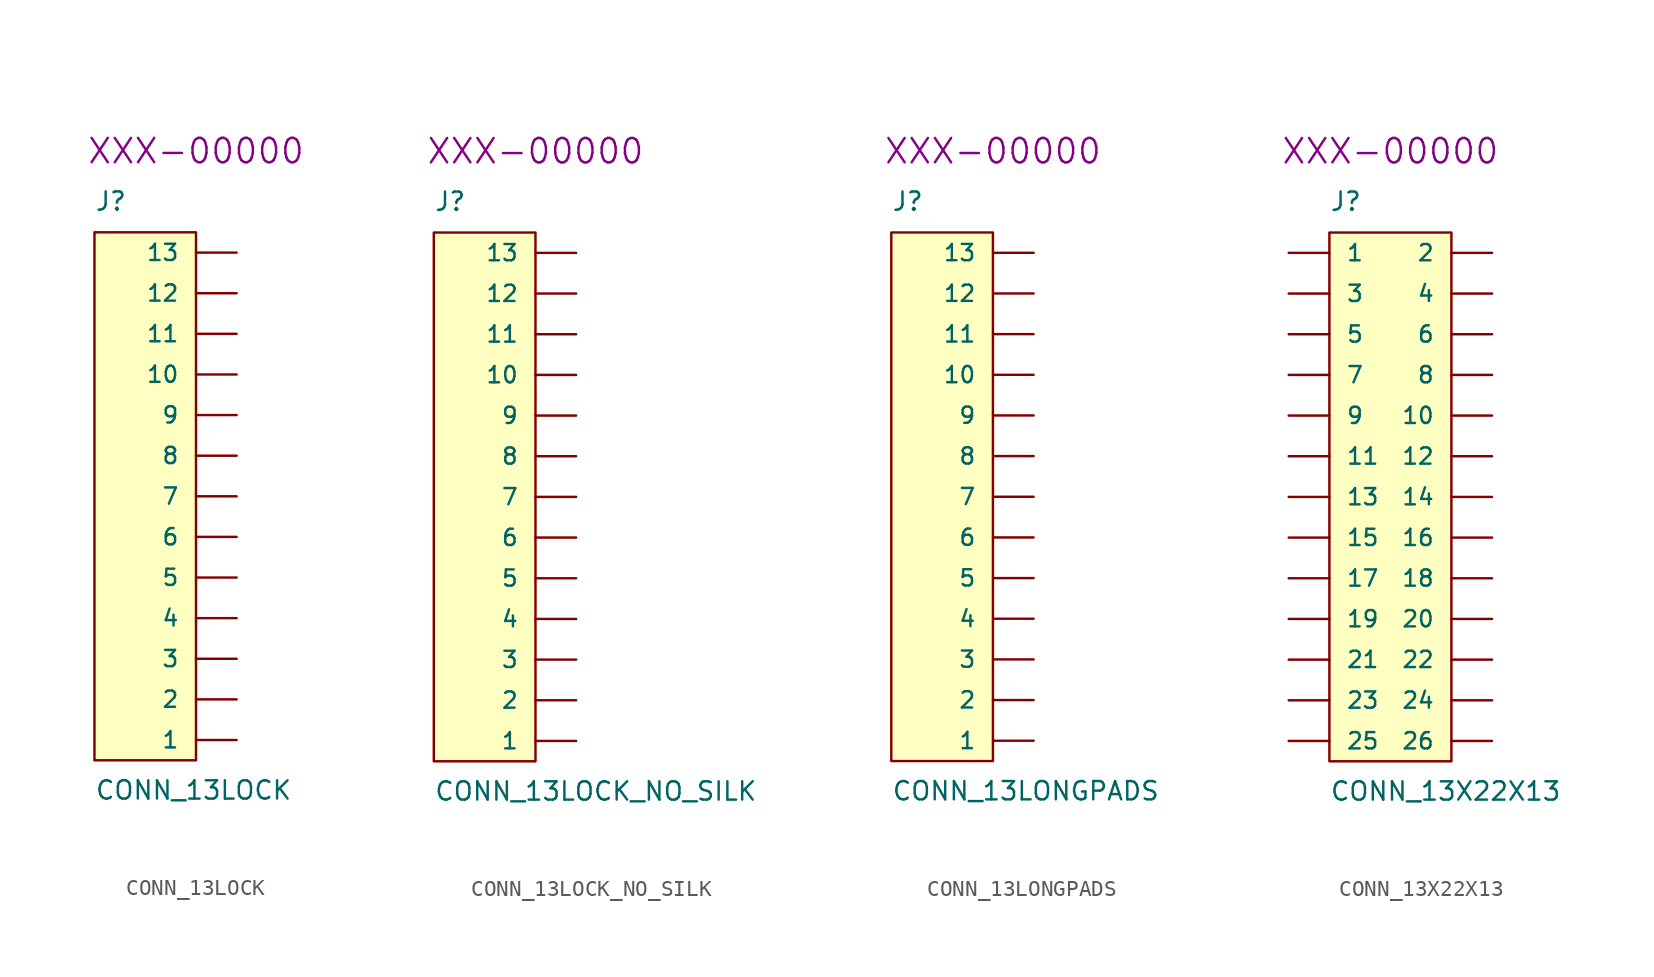
<source format=kicad_sym>
(kicad_symbol_lib
  (version 20220914)
  (generator kicad_symbol_editor)
  (symbol "CONN_13LOCK"
    (pin_numbers hide)
    (pin_names
      (offset 1.016))
    (property "Reference" "J"
      (at -6.35 33.02 0)
      (effects (font (size 1.143 1.143)) (justify left bottom)))
    (property "Value" "CONN_13LOCK"
      (at -6.35 -3.81 0)
      (effects (font (size 1.143 1.143)) (justify left bottom)))
    (property "Field4" "XXX-00000"
      (at 0 36.83 0)
      (effects (font (size 1.524 1.524))))
    (property "ki_locked" ""
      (at 0 0 0)
      (effects (font (size 1.27 1.27))))
    (symbol "CONN_13LOCK_0_1"
      (rectangle (start 0 -1.27) (end -6.35 31.75) (stroke (width 0) (type solid)) (fill (type background))))
    (symbol "CONN_13LOCK_1_1"
      (pin passive line (at 2.54 0 180) (length 2.54) (name "1" (effects (font (size 1.016 1.016)))) (number "1" (effects (font (size 1.016 1.016)))))
      (pin passive line (at 2.54 22.86 180) (length 2.54) (name "10" (effects (font (size 1.016 1.016)))) (number "10" (effects (font (size 1.016 1.016)))))
      (pin passive line (at 2.54 25.4 180) (length 2.54) (name "11" (effects (font (size 1.016 1.016)))) (number "11" (effects (font (size 1.016 1.016)))))
      (pin passive line (at 2.54 27.94 180) (length 2.54) (name "12" (effects (font (size 1.016 1.016)))) (number "12" (effects (font (size 1.016 1.016)))))
      (pin passive line (at 2.54 30.48 180) (length 2.54) (name "13" (effects (font (size 1.016 1.016)))) (number "13" (effects (font (size 1.016 1.016)))))
      (pin passive line (at 2.54 2.54 180) (length 2.54) (name "2" (effects (font (size 1.016 1.016)))) (number "2" (effects (font (size 1.016 1.016)))))
      (pin passive line (at 2.54 5.08 180) (length 2.54) (name "3" (effects (font (size 1.016 1.016)))) (number "3" (effects (font (size 1.016 1.016)))))
      (pin passive line (at 2.54 7.62 180) (length 2.54) (name "4" (effects (font (size 1.016 1.016)))) (number "4" (effects (font (size 1.016 1.016)))))
      (pin passive line (at 2.54 10.16 180) (length 2.54) (name "5" (effects (font (size 1.016 1.016)))) (number "5" (effects (font (size 1.016 1.016)))))
      (pin passive line (at 2.54 12.7 180) (length 2.54) (name "6" (effects (font (size 1.016 1.016)))) (number "6" (effects (font (size 1.016 1.016)))))
      (pin passive line (at 2.54 15.24 180) (length 2.54) (name "7" (effects (font (size 1.016 1.016)))) (number "7" (effects (font (size 1.016 1.016)))))
      (pin passive line (at 2.54 17.78 180) (length 2.54) (name "8" (effects (font (size 1.016 1.016)))) (number "8" (effects (font (size 1.016 1.016)))))
      (pin passive line (at 2.54 20.32 180) (length 2.54) (name "9" (effects (font (size 1.016 1.016)))) (number "9" (effects (font (size 1.016 1.016)))))))
  (symbol "CONN_13LOCK_NO_SILK"
    (pin_numbers hide)
    (pin_names
      (offset 1.016))
    (property "Reference" "J"
      (at -6.35 33.02 0)
      (effects (font (size 1.143 1.143)) (justify left bottom)))
    (property "Value" "CONN_13LOCK_NO_SILK"
      (at -6.35 -3.81 0)
      (effects (font (size 1.143 1.143)) (justify left bottom)))
    (property "Field4" "XXX-00000"
      (at 0 36.83 0)
      (effects (font (size 1.524 1.524))))
    (property "ki_locked" ""
      (at 0 0 0)
      (effects (font (size 1.27 1.27))))
    (symbol "CONN_13LOCK_NO_SILK_0_1"
      (rectangle (start 0 -1.27) (end -6.35 31.75) (stroke (width 0) (type solid)) (fill (type background))))
    (symbol "CONN_13LOCK_NO_SILK_1_1"
      (pin passive line (at 2.54 0 180) (length 2.54) (name "1" (effects (font (size 1.016 1.016)))) (number "1" (effects (font (size 1.016 1.016)))))
      (pin passive line (at 2.54 22.86 180) (length 2.54) (name "10" (effects (font (size 1.016 1.016)))) (number "10" (effects (font (size 1.016 1.016)))))
      (pin passive line (at 2.54 25.4 180) (length 2.54) (name "11" (effects (font (size 1.016 1.016)))) (number "11" (effects (font (size 1.016 1.016)))))
      (pin passive line (at 2.54 27.94 180) (length 2.54) (name "12" (effects (font (size 1.016 1.016)))) (number "12" (effects (font (size 1.016 1.016)))))
      (pin passive line (at 2.54 30.48 180) (length 2.54) (name "13" (effects (font (size 1.016 1.016)))) (number "13" (effects (font (size 1.016 1.016)))))
      (pin passive line (at 2.54 2.54 180) (length 2.54) (name "2" (effects (font (size 1.016 1.016)))) (number "2" (effects (font (size 1.016 1.016)))))
      (pin passive line (at 2.54 5.08 180) (length 2.54) (name "3" (effects (font (size 1.016 1.016)))) (number "3" (effects (font (size 1.016 1.016)))))
      (pin passive line (at 2.54 7.62 180) (length 2.54) (name "4" (effects (font (size 1.016 1.016)))) (number "4" (effects (font (size 1.016 1.016)))))
      (pin passive line (at 2.54 10.16 180) (length 2.54) (name "5" (effects (font (size 1.016 1.016)))) (number "5" (effects (font (size 1.016 1.016)))))
      (pin passive line (at 2.54 12.7 180) (length 2.54) (name "6" (effects (font (size 1.016 1.016)))) (number "6" (effects (font (size 1.016 1.016)))))
      (pin passive line (at 2.54 15.24 180) (length 2.54) (name "7" (effects (font (size 1.016 1.016)))) (number "7" (effects (font (size 1.016 1.016)))))
      (pin passive line (at 2.54 17.78 180) (length 2.54) (name "8" (effects (font (size 1.016 1.016)))) (number "8" (effects (font (size 1.016 1.016)))))
      (pin passive line (at 2.54 20.32 180) (length 2.54) (name "9" (effects (font (size 1.016 1.016)))) (number "9" (effects (font (size 1.016 1.016)))))))
  (symbol "CONN_13LONGPADS"
    (pin_numbers hide)
    (pin_names
      (offset 1.016))
    (property "Reference" "J"
      (at -6.35 33.02 0)
      (effects (font (size 1.143 1.143)) (justify left bottom)))
    (property "Value" "CONN_13LONGPADS"
      (at -6.35 -3.81 0)
      (effects (font (size 1.143 1.143)) (justify left bottom)))
    (property "Field4" "XXX-00000"
      (at 0 36.83 0)
      (effects (font (size 1.524 1.524))))
    (property "ki_locked" ""
      (at 0 0 0)
      (effects (font (size 1.27 1.27))))
    (symbol "CONN_13LONGPADS_0_1"
      (rectangle (start 0 -1.27) (end -6.35 31.75) (stroke (width 0) (type solid)) (fill (type background))))
    (symbol "CONN_13LONGPADS_1_1"
      (pin passive line (at 2.54 0 180) (length 2.54) (name "1" (effects (font (size 1.016 1.016)))) (number "1" (effects (font (size 1.016 1.016)))))
      (pin passive line (at 2.54 22.86 180) (length 2.54) (name "10" (effects (font (size 1.016 1.016)))) (number "10" (effects (font (size 1.016 1.016)))))
      (pin passive line (at 2.54 25.4 180) (length 2.54) (name "11" (effects (font (size 1.016 1.016)))) (number "11" (effects (font (size 1.016 1.016)))))
      (pin passive line (at 2.54 27.94 180) (length 2.54) (name "12" (effects (font (size 1.016 1.016)))) (number "12" (effects (font (size 1.016 1.016)))))
      (pin passive line (at 2.54 30.48 180) (length 2.54) (name "13" (effects (font (size 1.016 1.016)))) (number "13" (effects (font (size 1.016 1.016)))))
      (pin passive line (at 2.54 2.54 180) (length 2.54) (name "2" (effects (font (size 1.016 1.016)))) (number "2" (effects (font (size 1.016 1.016)))))
      (pin passive line (at 2.54 5.08 180) (length 2.54) (name "3" (effects (font (size 1.016 1.016)))) (number "3" (effects (font (size 1.016 1.016)))))
      (pin passive line (at 2.54 7.62 180) (length 2.54) (name "4" (effects (font (size 1.016 1.016)))) (number "4" (effects (font (size 1.016 1.016)))))
      (pin passive line (at 2.54 10.16 180) (length 2.54) (name "5" (effects (font (size 1.016 1.016)))) (number "5" (effects (font (size 1.016 1.016)))))
      (pin passive line (at 2.54 12.7 180) (length 2.54) (name "6" (effects (font (size 1.016 1.016)))) (number "6" (effects (font (size 1.016 1.016)))))
      (pin passive line (at 2.54 15.24 180) (length 2.54) (name "7" (effects (font (size 1.016 1.016)))) (number "7" (effects (font (size 1.016 1.016)))))
      (pin passive line (at 2.54 17.78 180) (length 2.54) (name "8" (effects (font (size 1.016 1.016)))) (number "8" (effects (font (size 1.016 1.016)))))
      (pin passive line (at 2.54 20.32 180) (length 2.54) (name "9" (effects (font (size 1.016 1.016)))) (number "9" (effects (font (size 1.016 1.016)))))))
  (symbol "CONN_13X22X13"
    (pin_numbers hide)
    (pin_names
      (offset 1.016))
    (property "Reference" "J"
      (at -3.81 17.78 0)
      (effects (font (size 1.143 1.143)) (justify left bottom)))
    (property "Value" "CONN_13X22X13"
      (at -3.81 -19.05 0)
      (effects (font (size 1.143 1.143)) (justify left bottom)))
    (property "Field4" "XXX-00000"
      (at 0 21.59 0)
      (effects (font (size 1.524 1.524))))
    (property "ki_locked" ""
      (at 0 0 0)
      (effects (font (size 1.27 1.27))))
    (symbol "CONN_13X22X13_0_1"
      (rectangle (start 3.81 -16.51) (end -3.81 16.51) (stroke (width 0) (type solid)) (fill (type background))))
    (symbol "CONN_13X22X13_1_1"
      (pin passive line (at -6.35 15.24 0) (length 2.54) (name "1" (effects (font (size 1.016 1.016)))) (number "1" (effects (font (size 1.016 1.016)))))
      (pin passive line (at 6.35 5.08 180) (length 2.54) (name "10" (effects (font (size 1.016 1.016)))) (number "10" (effects (font (size 1.016 1.016)))))
      (pin passive line (at -6.35 2.54 0) (length 2.54) (name "11" (effects (font (size 1.016 1.016)))) (number "11" (effects (font (size 1.016 1.016)))))
      (pin passive line (at 6.35 2.54 180) (length 2.54) (name "12" (effects (font (size 1.016 1.016)))) (number "12" (effects (font (size 1.016 1.016)))))
      (pin passive line (at -6.35 0 0) (length 2.54) (name "13" (effects (font (size 1.016 1.016)))) (number "13" (effects (font (size 1.016 1.016)))))
      (pin passive line (at 6.35 0 180) (length 2.54) (name "14" (effects (font (size 1.016 1.016)))) (number "14" (effects (font (size 1.016 1.016)))))
      (pin passive line (at -6.35 -2.54 0) (length 2.54) (name "15" (effects (font (size 1.016 1.016)))) (number "15" (effects (font (size 1.016 1.016)))))
      (pin passive line (at 6.35 -2.54 180) (length 2.54) (name "16" (effects (font (size 1.016 1.016)))) (number "16" (effects (font (size 1.016 1.016)))))
      (pin passive line (at -6.35 -5.08 0) (length 2.54) (name "17" (effects (font (size 1.016 1.016)))) (number "17" (effects (font (size 1.016 1.016)))))
      (pin passive line (at 6.35 -5.08 180) (length 2.54) (name "18" (effects (font (size 1.016 1.016)))) (number "18" (effects (font (size 1.016 1.016)))))
      (pin passive line (at -6.35 -7.62 0) (length 2.54) (name "19" (effects (font (size 1.016 1.016)))) (number "19" (effects (font (size 1.016 1.016)))))
      (pin passive line (at 6.35 15.24 180) (length 2.54) (name "2" (effects (font (size 1.016 1.016)))) (number "2" (effects (font (size 1.016 1.016)))))
      (pin passive line (at 6.35 -7.62 180) (length 2.54) (name "20" (effects (font (size 1.016 1.016)))) (number "20" (effects (font (size 1.016 1.016)))))
      (pin passive line (at -6.35 -10.16 0) (length 2.54) (name "21" (effects (font (size 1.016 1.016)))) (number "21" (effects (font (size 1.016 1.016)))))
      (pin passive line (at 6.35 -10.16 180) (length 2.54) (name "22" (effects (font (size 1.016 1.016)))) (number "22" (effects (font (size 1.016 1.016)))))
      (pin passive line (at -6.35 -12.7 0) (length 2.54) (name "23" (effects (font (size 1.016 1.016)))) (number "23" (effects (font (size 1.016 1.016)))))
      (pin passive line (at 6.35 -12.7 180) (length 2.54) (name "24" (effects (font (size 1.016 1.016)))) (number "24" (effects (font (size 1.016 1.016)))))
      (pin passive line (at -6.35 -15.24 0) (length 2.54) (name "25" (effects (font (size 1.016 1.016)))) (number "25" (effects (font (size 1.016 1.016)))))
      (pin passive line (at 6.35 -15.24 180) (length 2.54) (name "26" (effects (font (size 1.016 1.016)))) (number "26" (effects (font (size 1.016 1.016)))))
      (pin passive line (at -6.35 12.7 0) (length 2.54) (name "3" (effects (font (size 1.016 1.016)))) (number "3" (effects (font (size 1.016 1.016)))))
      (pin passive line (at 6.35 12.7 180) (length 2.54) (name "4" (effects (font (size 1.016 1.016)))) (number "4" (effects (font (size 1.016 1.016)))))
      (pin passive line (at -6.35 10.16 0) (length 2.54) (name "5" (effects (font (size 1.016 1.016)))) (number "5" (effects (font (size 1.016 1.016)))))
      (pin passive line (at 6.35 10.16 180) (length 2.54) (name "6" (effects (font (size 1.016 1.016)))) (number "6" (effects (font (size 1.016 1.016)))))
      (pin passive line (at -6.35 7.62 0) (length 2.54) (name "7" (effects (font (size 1.016 1.016)))) (number "7" (effects (font (size 1.016 1.016)))))
      (pin passive line (at 6.35 7.62 180) (length 2.54) (name "8" (effects (font (size 1.016 1.016)))) (number "8" (effects (font (size 1.016 1.016)))))
      (pin passive line (at -6.35 5.08 0) (length 2.54) (name "9" (effects (font (size 1.016 1.016)))) (number "9" (effects (font (size 1.016 1.016))))))))
</source>
